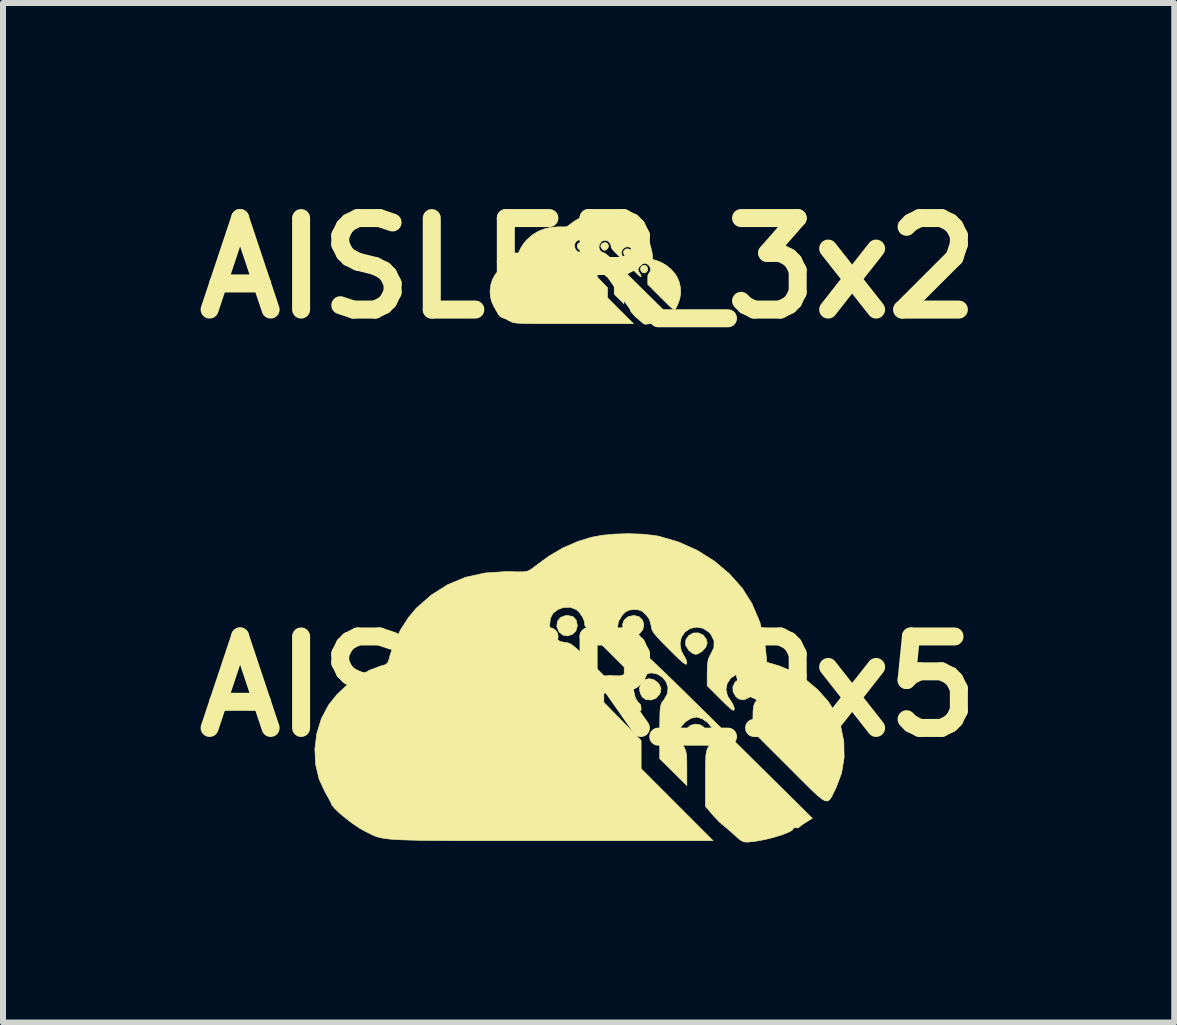
<source format=kicad_pcb>
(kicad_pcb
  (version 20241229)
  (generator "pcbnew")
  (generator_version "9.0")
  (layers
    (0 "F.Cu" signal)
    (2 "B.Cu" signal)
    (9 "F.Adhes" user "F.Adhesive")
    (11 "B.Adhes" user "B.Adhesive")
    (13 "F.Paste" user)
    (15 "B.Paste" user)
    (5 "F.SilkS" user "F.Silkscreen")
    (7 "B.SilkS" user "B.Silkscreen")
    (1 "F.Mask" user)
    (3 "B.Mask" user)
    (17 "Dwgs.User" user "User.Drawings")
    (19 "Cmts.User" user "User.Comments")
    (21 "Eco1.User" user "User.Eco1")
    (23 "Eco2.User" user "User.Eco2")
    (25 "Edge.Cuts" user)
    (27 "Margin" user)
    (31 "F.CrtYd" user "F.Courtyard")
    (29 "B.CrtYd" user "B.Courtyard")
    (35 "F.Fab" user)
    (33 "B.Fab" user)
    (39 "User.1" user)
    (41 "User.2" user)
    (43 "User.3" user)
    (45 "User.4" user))
  (footprint "AISLER_3x2"
    (layer "F.Cu")
    (at 6.756 1.418)
    (property "Reference" "AISLER_3x2" (at 0 0 0) (layer "F.SilkS") (effects (font (size 1.524 1.524) (thickness 0.3))))
    (attr through_hole)
    (fp_poly (pts (xy -0.094 -0.42) (xy -0.074 -0.398) (xy -0.068 -0.364) (xy -0.076 -0.334) (xy -0.097 -0.313) (xy -0.125 -0.304) (xy -0.153 -0.308) (xy -0.177 -0.327) (xy -0.177 -0.327) (xy -0.191 -0.361) (xy -0.187 -0.391) (xy -0.168 -0.415) (xy -0.136 -0.426) (xy -0.128 -0.427) (xy -0.094 -0.42)) (stroke (width 0.01) (type solid)) (fill yes) (layer "F.SilkS"))
    (fp_poly (pts (xy 0.669 0.229) (xy 0.691 0.244) (xy 0.708 0.272) (xy 0.708 0.302) (xy 0.693 0.327) (xy 0.666 0.343) (xy 0.645 0.345) (xy 0.613 0.339) (xy 0.595 0.323) (xy 0.583 0.3) (xy 0.579 0.284) (xy 0.588 0.254) (xy 0.609 0.234) (xy 0.638 0.225) (xy 0.669 0.229)) (stroke (width 0.01) (type solid)) (fill yes) (layer "F.SilkS"))
    (fp_poly (pts (xy 0.687 -0.309) (xy 0.706 -0.284) (xy 0.711 -0.26) (xy 0.703 -0.236) (xy 0.682 -0.212) (xy 0.656 -0.196) (xy 0.64 -0.193) (xy 0.622 -0.2) (xy 0.601 -0.217) (xy 0.582 -0.248) (xy 0.583 -0.28) (xy 0.599 -0.305) (xy 0.628 -0.321) (xy 0.659 -0.322) (xy 0.687 -0.309)) (stroke (width 0.01) (type solid)) (fill yes) (layer "F.SilkS"))
    (fp_poly (pts (xy 0.957 -0.042) (xy 0.976 -0.02) (xy 0.985 0.008) (xy 0.983 0.038) (xy 0.967 0.062) (xy 0.963 0.065) (xy 0.931 0.08) (xy 0.902 0.075) (xy 0.884 0.061) (xy 0.866 0.032) (xy 0.865 0.000273) (xy 0.879 -0.027) (xy 0.905 -0.046) (xy 0.93 -0.051) (xy 0.957 -0.042)) (stroke (width 0.01) (type solid)) (fill yes) (layer "F.SilkS"))
    (fp_poly (pts (xy 0.303 -0.419) (xy 0.323 -0.399) (xy 0.331 -0.371) (xy 0.326 -0.343) (xy 0.307 -0.318) (xy 0.294 -0.31) (xy 0.272 -0.298) (xy 0.258 -0.297) (xy 0.243 -0.305) (xy 0.23 -0.316) (xy 0.208 -0.343) (xy 0.203 -0.373) (xy 0.214 -0.4) (xy 0.238 -0.419) (xy 0.272 -0.427) (xy 0.303 -0.419)) (stroke (width 0.01) (type solid)) (fill yes) (layer "F.SilkS"))
    (fp_poly (pts (xy 0.39 -0.042) (xy 0.416 -0.023) (xy 0.425 -0.009) (xy 0.434 0.012) (xy 0.432 0.032) (xy 0.426 0.046) (xy 0.405 0.07) (xy 0.375 0.081) (xy 0.344 0.078) (xy 0.322 0.063) (xy 0.31 0.039) (xy 0.305 0.012) (xy 0.313 -0.019) (xy 0.333 -0.039) (xy 0.36 -0.047) (xy 0.39 -0.042)) (stroke (width 0.01) (type solid)) (fill yes) (layer "F.SilkS"))
    (fp_poly (pts (xy 0.322 -0.914) (xy 0.395 -0.906) (xy 0.422 -0.901) (xy 0.54 -0.867) (xy 0.651 -0.817) (xy 0.754 -0.753) (xy 0.845 -0.676) (xy 0.921 -0.59) (xy 0.979 -0.499) (xy 1.027 -0.385) (xy 1.056 -0.268) (xy 1.062 -0.223) (xy 1.069 -0.146) (xy 1.142 -0.124) (xy 1.222 -0.091) (xy 1.301 -0.043) (xy 1.374 0.019) (xy 1.436 0.088) (xy 1.475 0.149) (xy 1.512 0.236) (xy 1.531 0.33) (xy 1.533 0.426) (xy 1.517 0.52) (xy 1.484 0.608) (xy 1.483 0.61) (xy 1.468 0.639) (xy 1.457 0.662) (xy 1.446 0.678) (xy 1.434 0.686) (xy 1.42 0.686) (xy 1.4 0.675) (xy 1.375 0.655) (xy 1.341 0.624) (xy 1.297 0.58) (xy 1.241 0.524) (xy 1.204 0.488) (xy 0.986 0.269) (xy 0.986 0.189) (xy 0.986 0.146) (xy 0.989 0.118) (xy 0.996 0.1) (xy 1.008 0.084) (xy 1.008 0.084) (xy 1.028 0.05) (xy 1.032 0.012) (xy 1.021 -0.024) (xy 0.997 -0.055) (xy 0.964 -0.075) (xy 0.93 -0.081) (xy 0.886 -0.073) (xy 0.853 -0.051) (xy 0.831 -0.019) (xy 0.824 0.018) (xy 0.833 0.056) (xy 0.848 0.079) (xy 0.865 0.105) (xy 0.874 0.13) (xy 0.874 0.133) (xy 0.872 0.142) (xy 0.865 0.141) (xy 0.85 0.131) (xy 0.826 0.109) (xy 0.792 0.076) (xy 0.711 -0.005) (xy 0.711 -0.084) (xy 0.712 -0.13) (xy 0.717 -0.161) (xy 0.726 -0.183) (xy 0.731 -0.191) (xy 0.752 -0.234) (xy 0.752 -0.275) (xy 0.733 -0.314) (xy 0.722 -0.326) (xy 0.686 -0.35) (xy 0.647 -0.357) (xy 0.61 -0.349) (xy 0.578 -0.327) (xy 0.556 -0.295) (xy 0.549 -0.256) (xy 0.556 -0.215) (xy 0.569 -0.19) (xy 0.584 -0.165) (xy 0.589 -0.141) (xy 0.587 -0.134) (xy 0.579 -0.135) (xy 0.564 -0.146) (xy 0.539 -0.168) (xy 0.503 -0.203) (xy 0.483 -0.224) (xy 0.44 -0.266) (xy 0.411 -0.298) (xy 0.392 -0.321) (xy 0.381 -0.339) (xy 0.376 -0.354) (xy 0.376 -0.363) (xy 0.366 -0.401) (xy 0.346 -0.429) (xy 0.323 -0.451) (xy 0.298 -0.46) (xy 0.274 -0.462) (xy 0.243 -0.459) (xy 0.219 -0.446) (xy 0.202 -0.429) (xy 0.179 -0.39) (xy 0.173 -0.35) (xy 0.182 -0.311) (xy 0.205 -0.279) (xy 0.241 -0.259) (xy 0.256 -0.255) (xy 0.265 -0.252) (xy 0.276 -0.246) (xy 0.291 -0.235) (xy 0.311 -0.219) (xy 0.337 -0.196) (xy 0.37 -0.166) (xy 0.411 -0.128) (xy 0.46 -0.08) (xy 0.52 -0.022) (xy 0.59 0.047) (xy 0.672 0.128) (xy 0.767 0.222) (xy 0.817 0.271) (xy 1.342 0.79) (xy 1.303 0.814) (xy 1.279 0.83) (xy 1.264 0.842) (xy 1.262 0.845) (xy 1.251 0.848) (xy 1.244 0.847) (xy 1.231 0.847) (xy 1.229 0.851) (xy 1.22 0.862) (xy 1.195 0.876) (xy 1.157 0.89) (xy 1.111 0.904) (xy 1.06 0.917) (xy 1.009 0.927) (xy 0.984 0.93) (xy 0.952 0.933) (xy 0.931 0.931) (xy 0.912 0.922) (xy 0.889 0.903) (xy 0.878 0.893) (xy 0.85 0.868) (xy 0.827 0.848) (xy 0.815 0.838) (xy 0.785 0.813) (xy 0.752 0.778) (xy 0.734 0.757) (xy 0.701 0.718) (xy 0.701 0.553) (xy 0.701 0.491) (xy 0.702 0.446) (xy 0.704 0.414) (xy 0.707 0.391) (xy 0.712 0.375) (xy 0.719 0.36) (xy 0.726 0.35) (xy 0.746 0.314) (xy 0.75 0.284) (xy 0.74 0.252) (xy 0.736 0.244) (xy 0.714 0.216) (xy 0.683 0.194) (xy 0.651 0.183) (xy 0.645 0.183) (xy 0.614 0.191) (xy 0.582 0.211) (xy 0.557 0.238) (xy 0.554 0.244) (xy 0.541 0.278) (xy 0.542 0.308) (xy 0.558 0.341) (xy 0.564 0.35) (xy 0.576 0.369) (xy 0.583 0.388) (xy 0.587 0.412) (xy 0.589 0.447) (xy 0.589 0.49) (xy 0.589 0.594) (xy 0.508 0.513) (xy 0.427 0.432) (xy 0.427 0.271) (xy 0.427 0.21) (xy 0.428 0.166) (xy 0.429 0.136) (xy 0.432 0.115) (xy 0.438 0.1) (xy 0.445 0.088) (xy 0.452 0.079) (xy 0.473 0.043) (xy 0.476 0.006) (xy 0.466 -0.027) (xy 0.444 -0.055) (xy 0.414 -0.074) (xy 0.378 -0.082) (xy 0.34 -0.076) (xy 0.307 -0.056) (xy 0.279 -0.021) (xy 0.269 0.021) (xy 0.28 0.065) (xy 0.281 0.067) (xy 0.293 0.089) (xy 0.304 0.101) (xy 0.306 0.102) (xy 0.313 0.11) (xy 0.315 0.129) (xy 0.314 0.143) (xy 0.31 0.147) (xy 0.299 0.14) (xy 0.279 0.121) (xy 0.264 0.107) (xy 0.213 0.057) (xy 0.213 -0.117) (xy 0.092 -0.238) (xy 0.053 -0.279) (xy 0.019 -0.315) (xy -0.006 -0.344) (xy -0.021 -0.364) (xy -0.024 -0.371) (xy -0.025 -0.391) (xy -0.037 -0.418) (xy -0.055 -0.445) (xy -0.073 -0.462) (xy -0.11 -0.476) (xy -0.153 -0.473) (xy -0.183 -0.462) (xy -0.213 -0.44) (xy -0.229 -0.409) (xy -0.234 -0.368) (xy -0.225 -0.327) (xy -0.203 -0.293) (xy -0.171 -0.27) (xy -0.141 -0.264) (xy -0.125 -0.262) (xy -0.109 -0.256) (xy -0.089 -0.242) (xy -0.063 -0.219) (xy -0.027 -0.185) (xy -0.007 -0.165) (xy 0.091 -0.066) (xy 0.091 0.095) (xy 0.203 0.209) (xy 0.315 0.324) (xy 0.315 0.493) (xy 0.747 0.925) (xy -0.229 0.924) (xy -0.393 0.924) (xy -0.538 0.924) (xy -0.665 0.924) (xy -0.776 0.924) (xy -0.872 0.924) (xy -0.954 0.923) (xy -1.024 0.922) (xy -1.082 0.921) (xy -1.131 0.919) (xy -1.17 0.916) (xy -1.203 0.914) (xy -1.229 0.91) (xy -1.251 0.906) (xy -1.269 0.901) (xy -1.285 0.895) (xy -1.301 0.888) (xy -1.316 0.88) (xy -1.334 0.872) (xy -1.336 0.87) (xy -1.373 0.85) (xy -1.413 0.823) (xy -1.453 0.793) (xy -1.49 0.762) (xy -1.52 0.734) (xy -1.539 0.711) (xy -1.544 0.7) (xy -1.549 0.688) (xy -1.562 0.665) (xy -1.579 0.635) (xy -1.616 0.555) (xy -1.637 0.466) (xy -1.642 0.374) (xy -1.63 0.281) (xy -1.603 0.192) (xy -1.56 0.111) (xy -1.558 0.109) (xy -1.509 0.048) (xy -1.449 -0.01) (xy -1.382 -0.059) (xy -1.313 -0.098) (xy -1.248 -0.123) (xy -1.234 -0.126) (xy -1.216 -0.132) (xy -1.204 -0.145) (xy -1.195 -0.169) (xy -1.191 -0.186) (xy -1.166 -0.261) (xy -1.128 -0.339) (xy -1.081 -0.413) (xy -1.034 -0.469) (xy -0.943 -0.55) (xy -0.844 -0.612) (xy -0.738 -0.655) (xy -0.622 -0.681) (xy -0.497 -0.689) (xy -0.47 -0.689) (xy -0.423 -0.688) (xy -0.391 -0.688) (xy -0.369 -0.692) (xy -0.352 -0.698) (xy -0.336 -0.71) (xy -0.328 -0.716) (xy -0.239 -0.782) (xy -0.153 -0.832) (xy -0.064 -0.871) (xy 0.015 -0.895) (xy 0.08 -0.907) (xy 0.157 -0.915) (xy 0.24 -0.917) (xy 0.322 -0.914)) (stroke (width 0.01) (type solid)) (fill yes) (layer "F.SilkS")))
  (footprint "AISLER_9x5"
    (layer "F.Cu")
    (at 6.756 8.388)
    (property "Reference" "AISLER_9x5" (at 0 0 0) (layer "F.SilkS") (effects (font (size 1.524 1.524) (thickness 0.3))))
    (attr through_hole)
    (fp_poly (pts (xy -0.26 -1.166) (xy -0.205 -1.105) (xy -0.188 -1.011) (xy -0.211 -0.927) (xy -0.269 -0.87) (xy -0.347 -0.844) (xy -0.426 -0.856) (xy -0.492 -0.909) (xy -0.492 -0.909) (xy -0.53 -1.001) (xy -0.519 -1.087) (xy -0.466 -1.152) (xy -0.379 -1.184) (xy -0.355 -1.185) (xy -0.26 -1.166)) (stroke (width 0.01) (type solid)) (fill yes) (layer "F.SilkS"))
    (fp_poly (pts (xy 1.859 0.637) (xy 1.919 0.677) (xy 1.966 0.757) (xy 1.966 0.838) (xy 1.925 0.908) (xy 1.849 0.952) (xy 1.792 0.96) (xy 1.702 0.941) (xy 1.653 0.897) (xy 1.619 0.834) (xy 1.609 0.79) (xy 1.632 0.707) (xy 1.693 0.649) (xy 1.774 0.625) (xy 1.859 0.637)) (stroke (width 0.01) (type solid)) (fill yes) (layer "F.SilkS"))
    (fp_poly (pts (xy 1.908 -0.858) (xy 1.961 -0.79) (xy 1.976 -0.722) (xy 1.952 -0.655) (xy 1.894 -0.589) (xy 1.822 -0.545) (xy 1.779 -0.536) (xy 1.727 -0.556) (xy 1.67 -0.602) (xy 1.617 -0.689) (xy 1.619 -0.776) (xy 1.665 -0.847) (xy 1.744 -0.892) (xy 1.83 -0.894) (xy 1.908 -0.858)) (stroke (width 0.01) (type solid)) (fill yes) (layer "F.SilkS"))
    (fp_poly (pts (xy 2.659 -0.117) (xy 2.711 -0.057) (xy 2.736 0.023) (xy 2.729 0.106) (xy 2.686 0.173) (xy 2.675 0.182) (xy 2.585 0.222) (xy 2.504 0.207) (xy 2.455 0.169) (xy 2.407 0.088) (xy 2.404 0.001) (xy 2.442 -0.076) (xy 2.513 -0.128) (xy 2.584 -0.141) (xy 2.659 -0.117)) (stroke (width 0.01) (type solid)) (fill yes) (layer "F.SilkS"))
    (fp_poly (pts (xy 0.843 -1.163) (xy 0.898 -1.107) (xy 0.92 -1.032) (xy 0.905 -0.952) (xy 0.851 -0.882) (xy 0.817 -0.86) (xy 0.754 -0.829) (xy 0.717 -0.824) (xy 0.676 -0.848) (xy 0.639 -0.877) (xy 0.578 -0.953) (xy 0.565 -1.035) (xy 0.594 -1.11) (xy 0.66 -1.165) (xy 0.757 -1.185) (xy 0.843 -1.163)) (stroke (width 0.01) (type solid)) (fill yes) (layer "F.SilkS"))
    (fp_poly (pts (xy 1.082 -0.117) (xy 1.155 -0.064) (xy 1.182 -0.026) (xy 1.206 0.034) (xy 1.199 0.089) (xy 1.182 0.129) (xy 1.124 0.194) (xy 1.042 0.224) (xy 0.955 0.216) (xy 0.895 0.176) (xy 0.86 0.109) (xy 0.847 0.034) (xy 0.869 -0.054) (xy 0.925 -0.11) (xy 1.001 -0.132) (xy 1.082 -0.117)) (stroke (width 0.01) (type solid)) (fill yes) (layer "F.SilkS"))
    (fp_poly (pts (xy 0.895 -2.539) (xy 1.098 -2.517) (xy 1.172 -2.504) (xy 1.5 -2.408) (xy 1.81 -2.269) (xy 2.094 -2.091) (xy 2.346 -1.879) (xy 2.559 -1.639) (xy 2.72 -1.385) (xy 2.854 -1.07) (xy 2.933 -0.743) (xy 2.949 -0.619) (xy 2.969 -0.405) (xy 3.173 -0.345) (xy 3.396 -0.254) (xy 3.615 -0.118) (xy 3.817 0.052) (xy 3.989 0.245) (xy 4.098 0.413) (xy 4.199 0.656) (xy 4.252 0.917) (xy 4.257 1.183) (xy 4.214 1.444) (xy 4.122 1.688) (xy 4.119 1.693) (xy 4.079 1.775) (xy 4.047 1.839) (xy 4.017 1.883) (xy 3.984 1.906) (xy 3.943 1.904) (xy 3.89 1.876) (xy 3.819 1.819) (xy 3.724 1.732) (xy 3.602 1.611) (xy 3.446 1.456) (xy 3.346 1.355) (xy 2.738 0.748) (xy 2.738 0.524) (xy 2.74 0.406) (xy 2.749 0.329) (xy 2.767 0.277) (xy 2.799 0.234) (xy 2.8 0.233) (xy 2.856 0.138) (xy 2.865 0.034) (xy 2.835 -0.067) (xy 2.771 -0.152) (xy 2.679 -0.209) (xy 2.584 -0.225) (xy 2.462 -0.202) (xy 2.369 -0.141) (xy 2.309 -0.053) (xy 2.289 0.05) (xy 2.315 0.157) (xy 2.357 0.221) (xy 2.403 0.293) (xy 2.427 0.361) (xy 2.427 0.37) (xy 2.422 0.394) (xy 2.402 0.393) (xy 2.361 0.364) (xy 2.293 0.302) (xy 2.201 0.212) (xy 1.976 -0.013) (xy 1.976 -0.233) (xy 1.979 -0.36) (xy 1.992 -0.446) (xy 2.016 -0.508) (xy 2.03 -0.53) (xy 2.088 -0.649) (xy 2.09 -0.764) (xy 2.036 -0.871) (xy 2.006 -0.905) (xy 1.907 -0.971) (xy 1.798 -0.99) (xy 1.694 -0.968) (xy 1.605 -0.909) (xy 1.544 -0.818) (xy 1.524 -0.712) (xy 1.543 -0.598) (xy 1.58 -0.529) (xy 1.621 -0.457) (xy 1.637 -0.391) (xy 1.631 -0.372) (xy 1.609 -0.375) (xy 1.566 -0.406) (xy 1.497 -0.468) (xy 1.397 -0.565) (xy 1.341 -0.621) (xy 1.223 -0.74) (xy 1.141 -0.827) (xy 1.088 -0.892) (xy 1.058 -0.942) (xy 1.046 -0.984) (xy 1.044 -1.008) (xy 1.016 -1.115) (xy 0.962 -1.191) (xy 0.896 -1.253) (xy 0.827 -1.279) (xy 0.762 -1.283) (xy 0.674 -1.274) (xy 0.609 -1.239) (xy 0.562 -1.191) (xy 0.497 -1.084) (xy 0.479 -0.971) (xy 0.505 -0.864) (xy 0.57 -0.776) (xy 0.67 -0.719) (xy 0.711 -0.709) (xy 0.735 -0.701) (xy 0.766 -0.684) (xy 0.809 -0.653) (xy 0.865 -0.608) (xy 0.937 -0.545) (xy 1.028 -0.461) (xy 1.141 -0.354) (xy 1.279 -0.222) (xy 1.444 -0.062) (xy 1.639 0.13) (xy 1.868 0.355) (xy 2.132 0.615) (xy 2.27 0.752) (xy 3.728 2.195) (xy 3.621 2.261) (xy 3.554 2.305) (xy 3.511 2.339) (xy 3.505 2.347) (xy 3.475 2.357) (xy 3.455 2.352) (xy 3.42 2.353) (xy 3.415 2.364) (xy 3.389 2.396) (xy 3.318 2.433) (xy 3.213 2.473) (xy 3.085 2.512) (xy 2.945 2.547) (xy 2.803 2.574) (xy 2.733 2.583) (xy 2.645 2.592) (xy 2.586 2.587) (xy 2.535 2.562) (xy 2.47 2.509) (xy 2.438 2.479) (xy 2.361 2.411) (xy 2.297 2.356) (xy 2.264 2.328) (xy 2.181 2.258) (xy 2.089 2.161) (xy 2.039 2.104) (xy 1.947 1.995) (xy 1.947 1.535) (xy 1.948 1.363) (xy 1.95 1.238) (xy 1.954 1.149) (xy 1.963 1.087) (xy 1.977 1.041) (xy 1.998 1.001) (xy 2.018 0.971) (xy 2.072 0.873) (xy 2.085 0.789) (xy 2.057 0.699) (xy 2.046 0.676) (xy 1.984 0.6) (xy 1.897 0.539) (xy 1.807 0.509) (xy 1.792 0.508) (xy 1.705 0.53) (xy 1.615 0.587) (xy 1.547 0.661) (xy 1.539 0.676) (xy 1.502 0.771) (xy 1.506 0.854) (xy 1.551 0.947) (xy 1.566 0.971) (xy 1.599 1.024) (xy 1.62 1.078) (xy 1.631 1.146) (xy 1.636 1.243) (xy 1.637 1.362) (xy 1.637 1.65) (xy 1.411 1.425) (xy 1.185 1.201) (xy 1.185 0.753) (xy 1.186 0.584) (xy 1.188 0.462) (xy 1.192 0.377) (xy 1.201 0.319) (xy 1.215 0.278) (xy 1.236 0.245) (xy 1.256 0.221) (xy 1.313 0.118) (xy 1.323 0.017) (xy 1.293 -0.076) (xy 1.233 -0.153) (xy 1.149 -0.207) (xy 1.05 -0.228) (xy 0.945 -0.211) (xy 0.852 -0.156) (xy 0.774 -0.057) (xy 0.748 0.058) (xy 0.777 0.18) (xy 0.779 0.186) (xy 0.815 0.249) (xy 0.845 0.281) (xy 0.85 0.282) (xy 0.868 0.307) (xy 0.875 0.359) (xy 0.873 0.397) (xy 0.862 0.408) (xy 0.832 0.39) (xy 0.775 0.337) (xy 0.734 0.296) (xy 0.593 0.157) (xy 0.593 -0.325) (xy 0.256 -0.661) (xy 0.146 -0.774) (xy 0.052 -0.875) (xy -0.018 -0.957) (xy -0.059 -1.012) (xy -0.066 -1.032) (xy -0.07 -1.087) (xy -0.102 -1.161) (xy -0.153 -1.235) (xy -0.204 -1.282) (xy -0.306 -1.322) (xy -0.425 -1.315) (xy -0.509 -1.284) (xy -0.592 -1.222) (xy -0.637 -1.136) (xy -0.649 -1.021) (xy -0.626 -0.907) (xy -0.564 -0.813) (xy -0.474 -0.751) (xy -0.39 -0.734) (xy -0.347 -0.729) (xy -0.302 -0.711) (xy -0.248 -0.673) (xy -0.175 -0.609) (xy -0.076 -0.513) (xy -0.021 -0.458) (xy 0.254 -0.182) (xy 0.254 0.263) (xy 0.564 0.581) (xy 0.875 0.899) (xy 0.875 1.368) (xy 2.074 2.568) (xy -0.635 2.568) (xy -1.091 2.568) (xy -1.494 2.568) (xy -1.848 2.568) (xy -2.157 2.567) (xy -2.423 2.566) (xy -2.651 2.564) (xy -2.844 2.561) (xy -3.006 2.557) (xy -3.141 2.552) (xy -3.251 2.546) (xy -3.341 2.538) (xy -3.415 2.528) (xy -3.475 2.516) (xy -3.525 2.502) (xy -3.57 2.486) (xy -3.613 2.467) (xy -3.656 2.445) (xy -3.705 2.421) (xy -3.712 2.418) (xy -3.813 2.361) (xy -3.924 2.287) (xy -4.036 2.202) (xy -4.139 2.117) (xy -4.222 2.039) (xy -4.275 1.976) (xy -4.289 1.944) (xy -4.303 1.912) (xy -4.339 1.847) (xy -4.387 1.764) (xy -4.49 1.541) (xy -4.548 1.295) (xy -4.56 1.039) (xy -4.528 0.781) (xy -4.452 0.535) (xy -4.333 0.309) (xy -4.328 0.302) (xy -4.192 0.132) (xy -4.024 -0.027) (xy -3.838 -0.165) (xy -3.648 -0.273) (xy -3.465 -0.342) (xy -3.428 -0.351) (xy -3.377 -0.368) (xy -3.344 -0.402) (xy -3.32 -0.469) (xy -3.309 -0.516) (xy -3.24 -0.725) (xy -3.134 -0.943) (xy -3.003 -1.147) (xy -2.872 -1.304) (xy -2.618 -1.527) (xy -2.345 -1.699) (xy -2.049 -1.821) (xy -1.728 -1.892) (xy -1.379 -1.915) (xy -1.305 -1.914) (xy -1.174 -1.911) (xy -1.085 -1.912) (xy -1.025 -1.921) (xy -0.979 -1.94) (xy -0.934 -1.971) (xy -0.91 -1.99) (xy -0.663 -2.172) (xy -0.424 -2.312) (xy -0.177 -2.418) (xy 0.042 -2.486) (xy 0.222 -2.52) (xy 0.437 -2.54) (xy 0.667 -2.547) (xy 0.895 -2.539)) (stroke (width 0.01) (type solid)) (fill yes) (layer "F.SilkS")))
  (gr_rect
    (start -3 -3)
    (end 16.513 13.985)
    (stroke (width 0.1) (type default))
    (fill no)
    (layer "Edge.Cuts")))
</source>
